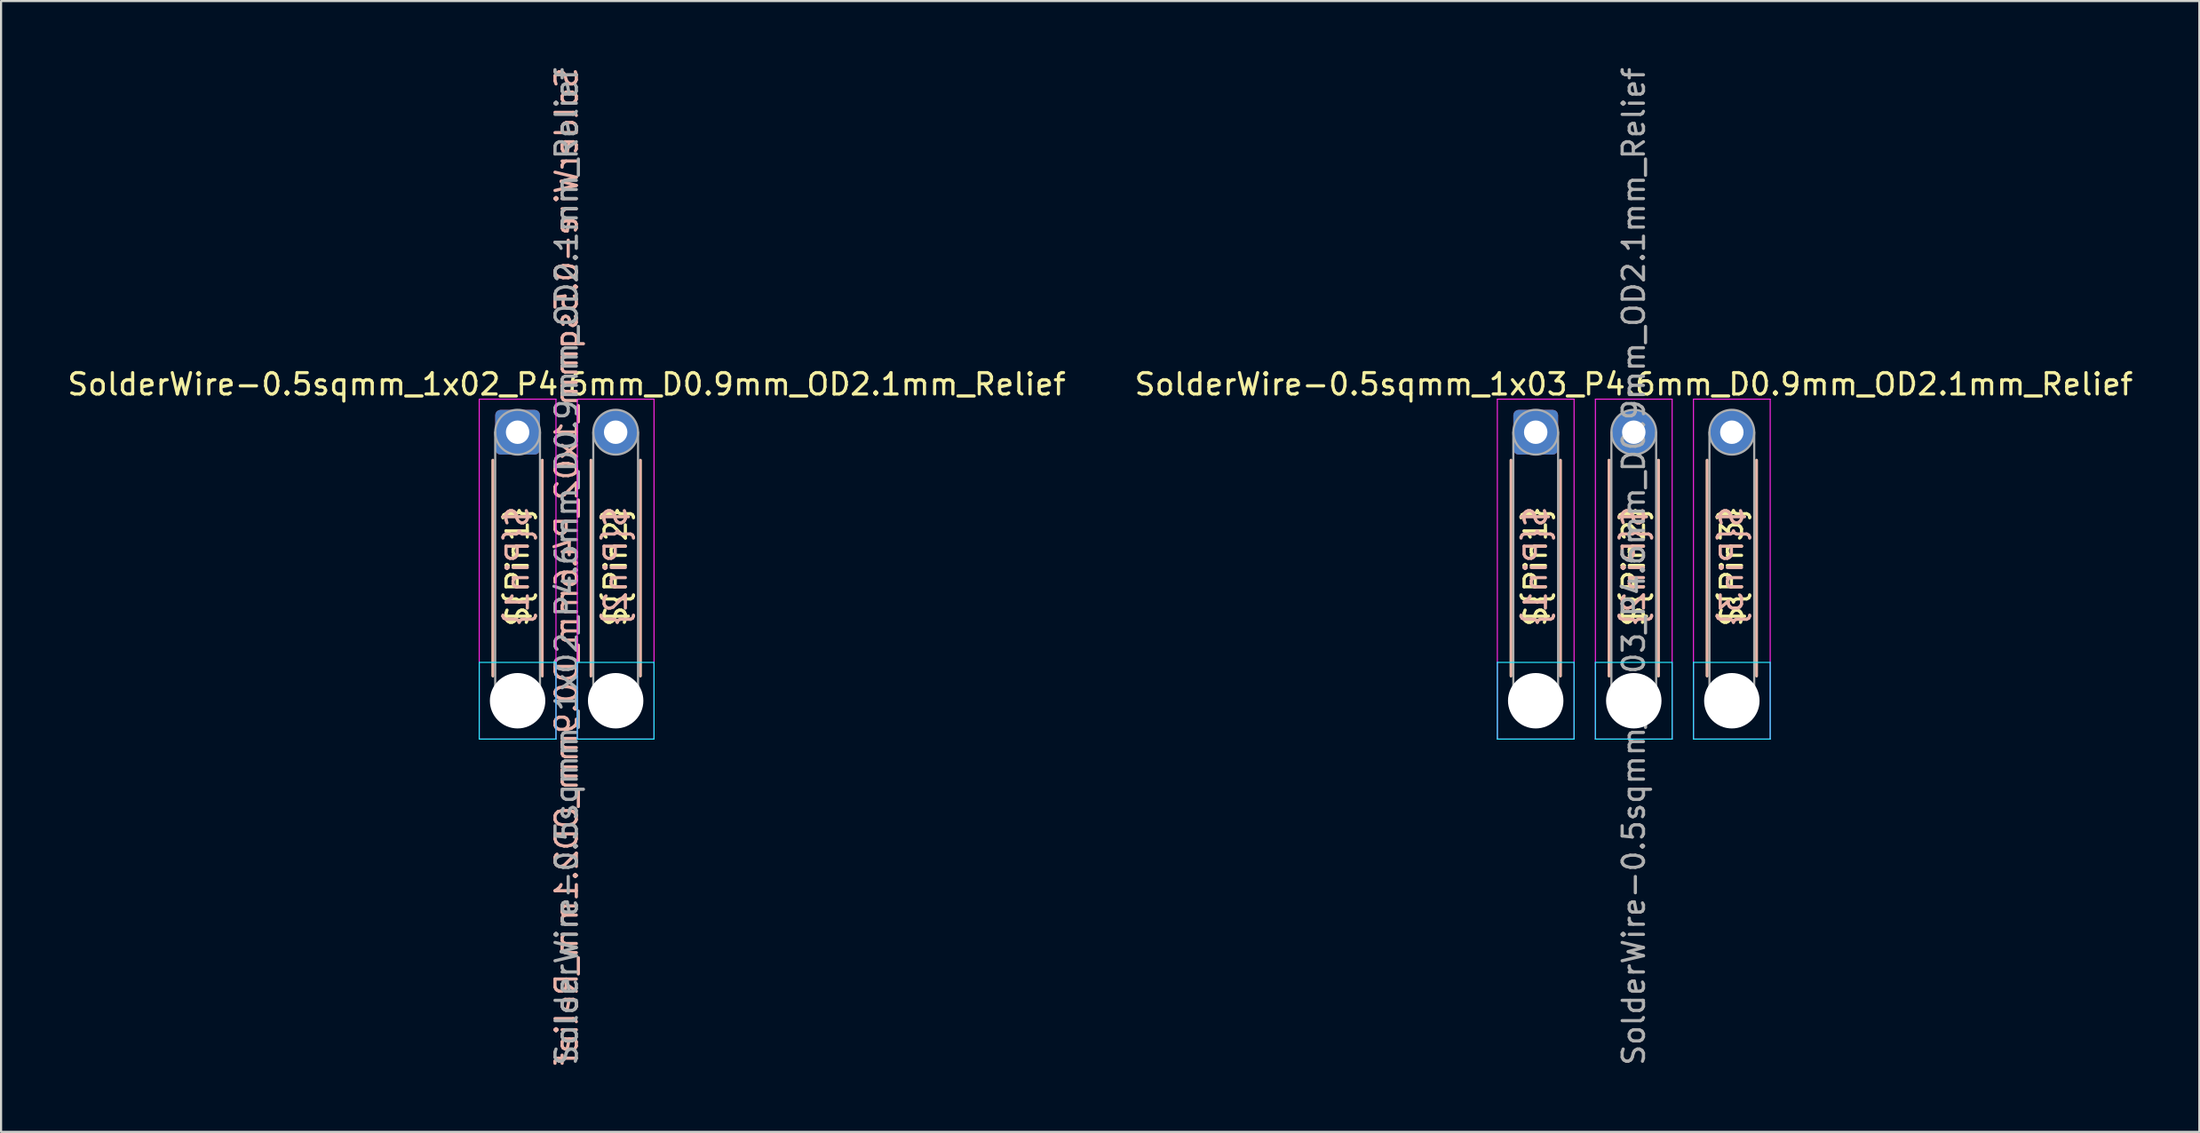
<source format=kicad_pcb>
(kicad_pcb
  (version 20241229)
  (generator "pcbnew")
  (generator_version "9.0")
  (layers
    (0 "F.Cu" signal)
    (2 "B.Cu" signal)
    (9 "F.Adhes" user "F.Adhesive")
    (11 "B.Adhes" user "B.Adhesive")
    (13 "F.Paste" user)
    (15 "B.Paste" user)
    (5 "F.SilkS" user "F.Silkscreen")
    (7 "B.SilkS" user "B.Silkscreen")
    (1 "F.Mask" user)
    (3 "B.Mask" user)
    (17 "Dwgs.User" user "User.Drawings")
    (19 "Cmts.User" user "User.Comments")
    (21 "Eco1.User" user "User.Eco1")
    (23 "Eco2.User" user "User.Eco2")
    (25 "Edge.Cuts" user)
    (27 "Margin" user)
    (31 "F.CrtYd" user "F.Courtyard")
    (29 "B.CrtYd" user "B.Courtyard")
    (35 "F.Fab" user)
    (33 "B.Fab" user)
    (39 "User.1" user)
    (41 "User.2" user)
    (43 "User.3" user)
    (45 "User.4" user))
  (footprint "SolderWire-0.5sqmm_1x03_P4.6mm_D0.9mm_OD2.1mm_Relief"
    (layer "F.Cu")
    (at 68.989 17.23)
    (property "Reference" "SolderWire-0.5sqmm_1x03_P4.6mm_D0.9mm_OD2.1mm_Relief" (at 4.6 -2.25 0) (layer "F.SilkS") (effects (font (size 1 1) (thickness 0.15))))
    (attr exclude_from_pos_files exclude_from_bom)
    (fp_line (start -1.16 1.31) (end -1.16 11.44) (stroke (width 0.12) (type solid)) (layer "F.SilkS"))
    (fp_line (start 1.16 1.31) (end 1.16 11.44) (stroke (width 0.12) (type solid)) (layer "F.SilkS"))
    (fp_line (start 3.44 1.31) (end 3.44 11.44) (stroke (width 0.12) (type solid)) (layer "F.SilkS"))
    (fp_line (start 5.76 1.31) (end 5.76 11.44) (stroke (width 0.12) (type solid)) (layer "F.SilkS"))
    (fp_line (start 8.04 1.31) (end 8.04 11.44) (stroke (width 0.12) (type solid)) (layer "F.SilkS"))
    (fp_line (start 10.36 1.31) (end 10.36 11.44) (stroke (width 0.12) (type solid)) (layer "F.SilkS"))
    (fp_line (start -1.16 1.31) (end -1.16 11.44) (stroke (width 0.12) (type solid)) (layer "B.SilkS"))
    (fp_line (start 1.16 1.31) (end 1.16 11.44) (stroke (width 0.12) (type solid)) (layer "B.SilkS"))
    (fp_line (start 3.44 1.31) (end 3.44 11.44) (stroke (width 0.12) (type solid)) (layer "B.SilkS"))
    (fp_line (start 5.76 1.31) (end 5.76 11.44) (stroke (width 0.12) (type solid)) (layer "B.SilkS"))
    (fp_line (start 8.04 1.31) (end 8.04 11.44) (stroke (width 0.12) (type solid)) (layer "B.SilkS"))
    (fp_line (start 10.36 1.31) (end 10.36 11.44) (stroke (width 0.12) (type solid)) (layer "B.SilkS"))
    (fp_line (start -1.8 10.8) (end -1.8 14.4) (stroke (width 0.05) (type solid)) (layer "B.CrtYd"))
    (fp_line (start -1.8 14.4) (end 1.8 14.4) (stroke (width 0.05) (type solid)) (layer "B.CrtYd"))
    (fp_line (start 1.8 10.8) (end -1.8 10.8) (stroke (width 0.05) (type solid)) (layer "B.CrtYd"))
    (fp_line (start 1.8 14.4) (end 1.8 10.8) (stroke (width 0.05) (type solid)) (layer "B.CrtYd"))
    (fp_line (start 2.8 10.8) (end 2.8 14.4) (stroke (width 0.05) (type solid)) (layer "B.CrtYd"))
    (fp_line (start 2.8 14.4) (end 6.4 14.4) (stroke (width 0.05) (type solid)) (layer "B.CrtYd"))
    (fp_line (start 6.4 10.8) (end 2.8 10.8) (stroke (width 0.05) (type solid)) (layer "B.CrtYd"))
    (fp_line (start 6.4 14.4) (end 6.4 10.8) (stroke (width 0.05) (type solid)) (layer "B.CrtYd"))
    (fp_line (start 7.4 10.8) (end 7.4 14.4) (stroke (width 0.05) (type solid)) (layer "B.CrtYd"))
    (fp_line (start 7.4 14.4) (end 11 14.4) (stroke (width 0.05) (type solid)) (layer "B.CrtYd"))
    (fp_line (start 11 10.8) (end 7.4 10.8) (stroke (width 0.05) (type solid)) (layer "B.CrtYd"))
    (fp_line (start 11 14.4) (end 11 10.8) (stroke (width 0.05) (type solid)) (layer "B.CrtYd"))
    (fp_line (start -1.8 -1.55) (end -1.8 14.4) (stroke (width 0.05) (type solid)) (layer "F.CrtYd"))
    (fp_line (start -1.8 14.4) (end 1.8 14.4) (stroke (width 0.05) (type solid)) (layer "F.CrtYd"))
    (fp_line (start 1.8 -1.55) (end -1.8 -1.55) (stroke (width 0.05) (type solid)) (layer "F.CrtYd"))
    (fp_line (start 1.8 14.4) (end 1.8 -1.55) (stroke (width 0.05) (type solid)) (layer "F.CrtYd"))
    (fp_line (start 2.8 -1.55) (end 2.8 14.4) (stroke (width 0.05) (type solid)) (layer "F.CrtYd"))
    (fp_line (start 2.8 14.4) (end 6.4 14.4) (stroke (width 0.05) (type solid)) (layer "F.CrtYd"))
    (fp_line (start 6.4 -1.55) (end 2.8 -1.55) (stroke (width 0.05) (type solid)) (layer "F.CrtYd"))
    (fp_line (start 6.4 14.4) (end 6.4 -1.55) (stroke (width 0.05) (type solid)) (layer "F.CrtYd"))
    (fp_line (start 7.4 -1.55) (end 7.4 14.4) (stroke (width 0.05) (type solid)) (layer "F.CrtYd"))
    (fp_line (start 7.4 14.4) (end 11 14.4) (stroke (width 0.05) (type solid)) (layer "F.CrtYd"))
    (fp_line (start 11 -1.55) (end 7.4 -1.55) (stroke (width 0.05) (type solid)) (layer "F.CrtYd"))
    (fp_line (start 11 14.4) (end 11 -1.55) (stroke (width 0.05) (type solid)) (layer "F.CrtYd"))
    (fp_line (start -1.05 0) (end -1.05 12.6) (stroke (width 0.1) (type solid)) (layer "F.Fab"))
    (fp_line (start 1.05 0) (end 1.05 12.6) (stroke (width 0.1) (type solid)) (layer "F.Fab"))
    (fp_line (start 3.55 0) (end 3.55 12.6) (stroke (width 0.1) (type solid)) (layer "F.Fab"))
    (fp_line (start 5.65 0) (end 5.65 12.6) (stroke (width 0.1) (type solid)) (layer "F.Fab"))
    (fp_line (start 8.15 0) (end 8.15 12.6) (stroke (width 0.1) (type solid)) (layer "F.Fab"))
    (fp_line (start 10.25 0) (end 10.25 12.6) (stroke (width 0.1) (type solid)) (layer "F.Fab"))
    (fp_circle (center 0 0) (end 1.05 0) (stroke (width 0.1) (type solid)) (fill no) (layer "F.Fab"))
    (fp_circle (center 0 12.6) (end 1.05 12.6) (stroke (width 0.1) (type solid)) (fill no) (layer "F.Fab"))
    (fp_circle (center 4.6 0) (end 5.65 0) (stroke (width 0.1) (type solid)) (fill no) (layer "F.Fab"))
    (fp_circle (center 4.6 12.6) (end 5.65 12.6) (stroke (width 0.1) (type solid)) (fill no) (layer "F.Fab"))
    (fp_circle (center 9.2 0) (end 10.25 0) (stroke (width 0.1) (type solid)) (fill no) (layer "F.Fab"))
    (fp_circle (center 9.2 12.6) (end 10.25 12.6) (stroke (width 0.1) (type solid)) (fill no) (layer "F.Fab"))
    (fp_text user "${Pin1}" (at 0 6.3 90) (layer "F.SilkS") (effects (font (size 1 1) (thickness 0.15))))
    (fp_text user "${Pin3}" (at 9.2 6.3 90) (layer "F.SilkS") (effects (font (size 1 1) (thickness 0.15))))
    (fp_text user "${Pin2}" (at 4.6 6.3 90) (layer "F.SilkS") (effects (font (size 1 1) (thickness 0.15))))
    (fp_text user "${Pin3}" (at 9.2 6.3 90) (layer "B.SilkS") (effects (font (size 1 1) (thickness 0.15)) (justify mirror)))
    (fp_text user "${Pin2}" (at 4.6 6.3 90) (layer "B.SilkS") (effects (font (size 1 1) (thickness 0.15)) (justify mirror)))
    (fp_text user "${Pin1}" (at 0 6.3 90) (layer "B.SilkS") (effects (font (size 1 1) (thickness 0.15)) (justify mirror)))
    (fp_text user "${REFERENCE}" (at 4.6 6.3 90) (layer "F.Fab") (effects (font (size 1 1) (thickness 0.15))))
    (pad "" np_thru_hole circle (at 0 12.6) (size 2.6 2.6) (drill 2.6) (layers "*.Cu" "*.Mask"))
    (pad "" np_thru_hole circle (at 4.6 12.6) (size 2.6 2.6) (drill 2.6) (layers "*.Cu" "*.Mask"))
    (pad "" np_thru_hole circle (at 9.2 12.6) (size 2.6 2.6) (drill 2.6) (layers "*.Cu" "*.Mask"))
    (pad "1" thru_hole roundrect (at 0 0) (size 2.1 2.1) (drill 1.1) (layers "*.Cu" "*.Mask") (roundrect_rratio 0.119))
    (pad "2" thru_hole circle (at 4.6 0) (size 2.1 2.1) (drill 1.1) (layers "*.Cu" "*.Mask"))
    (pad "3" thru_hole circle (at 9.2 0) (size 2.1 2.1) (drill 1.1) (layers "*.Cu" "*.Mask")))
  (footprint "SolderWire-0.5sqmm_1x02_P4.6mm_D0.9mm_OD2.1mm_Relief"
    (layer "F.Cu")
    (at 21.23 17.23)
    (property "Reference" "SolderWire-0.5sqmm_1x02_P4.6mm_D0.9mm_OD2.1mm_Relief" (at 2.3 -2.25 0) (layer "F.SilkS") (effects (font (size 1 1) (thickness 0.15))))
    (property "Value" "SolderWire-0.5sqmm_1x02_P4.6mm_D0.9mm_OD2.1mm_Relief" (at 2.3 6.3 90) (layer "F.SilkS") (hide yes) (effects (font (size 1 1) (thickness 0.15))))
    (attr exclude_from_pos_files exclude_from_bom)
    (fp_line (start -1.16 1.31) (end -1.16 11.44) (stroke (width 0.12) (type solid)) (layer "F.SilkS"))
    (fp_line (start 1.16 1.31) (end 1.16 11.44) (stroke (width 0.12) (type solid)) (layer "F.SilkS"))
    (fp_line (start 3.44 1.31) (end 3.44 11.44) (stroke (width 0.12) (type solid)) (layer "F.SilkS"))
    (fp_line (start 5.76 1.31) (end 5.76 11.44) (stroke (width 0.12) (type solid)) (layer "F.SilkS"))
    (fp_line (start -1.16 1.31) (end -1.16 11.44) (stroke (width 0.12) (type solid)) (layer "B.SilkS"))
    (fp_line (start 1.16 1.31) (end 1.16 11.44) (stroke (width 0.12) (type solid)) (layer "B.SilkS"))
    (fp_line (start 3.44 1.31) (end 3.44 11.44) (stroke (width 0.12) (type solid)) (layer "B.SilkS"))
    (fp_line (start 5.76 1.31) (end 5.76 11.44) (stroke (width 0.12) (type solid)) (layer "B.SilkS"))
    (fp_line (start -1.8 10.8) (end -1.8 14.4) (stroke (width 0.05) (type solid)) (layer "B.CrtYd"))
    (fp_line (start -1.8 14.4) (end 1.8 14.4) (stroke (width 0.05) (type solid)) (layer "B.CrtYd"))
    (fp_line (start 1.8 10.8) (end -1.8 10.8) (stroke (width 0.05) (type solid)) (layer "B.CrtYd"))
    (fp_line (start 1.8 14.4) (end 1.8 10.8) (stroke (width 0.05) (type solid)) (layer "B.CrtYd"))
    (fp_line (start 2.8 10.8) (end 2.8 14.4) (stroke (width 0.05) (type solid)) (layer "B.CrtYd"))
    (fp_line (start 2.8 14.4) (end 6.4 14.4) (stroke (width 0.05) (type solid)) (layer "B.CrtYd"))
    (fp_line (start 6.4 10.8) (end 2.8 10.8) (stroke (width 0.05) (type solid)) (layer "B.CrtYd"))
    (fp_line (start 6.4 14.4) (end 6.4 10.8) (stroke (width 0.05) (type solid)) (layer "B.CrtYd"))
    (fp_line (start -1.8 -1.55) (end -1.8 14.4) (stroke (width 0.05) (type solid)) (layer "F.CrtYd"))
    (fp_line (start -1.8 14.4) (end 1.8 14.4) (stroke (width 0.05) (type solid)) (layer "F.CrtYd"))
    (fp_line (start 1.8 -1.55) (end -1.8 -1.55) (stroke (width 0.05) (type solid)) (layer "F.CrtYd"))
    (fp_line (start 1.8 14.4) (end 1.8 -1.55) (stroke (width 0.05) (type solid)) (layer "F.CrtYd"))
    (fp_line (start 2.8 -1.55) (end 2.8 14.4) (stroke (width 0.05) (type solid)) (layer "F.CrtYd"))
    (fp_line (start 2.8 14.4) (end 6.4 14.4) (stroke (width 0.05) (type solid)) (layer "F.CrtYd"))
    (fp_line (start 6.4 -1.55) (end 2.8 -1.55) (stroke (width 0.05) (type solid)) (layer "F.CrtYd"))
    (fp_line (start 6.4 14.4) (end 6.4 -1.55) (stroke (width 0.05) (type solid)) (layer "F.CrtYd"))
    (fp_line (start -1.05 0) (end -1.05 12.6) (stroke (width 0.1) (type solid)) (layer "F.Fab"))
    (fp_line (start 1.05 0) (end 1.05 12.6) (stroke (width 0.1) (type solid)) (layer "F.Fab"))
    (fp_line (start 3.55 0) (end 3.55 12.6) (stroke (width 0.1) (type solid)) (layer "F.Fab"))
    (fp_line (start 5.65 0) (end 5.65 12.6) (stroke (width 0.1) (type solid)) (layer "F.Fab"))
    (fp_circle (center 0 0) (end 1.05 0) (stroke (width 0.1) (type solid)) (fill no) (layer "F.Fab"))
    (fp_circle (center 0 12.6) (end 1.05 12.6) (stroke (width 0.1) (type solid)) (fill no) (layer "F.Fab"))
    (fp_circle (center 4.6 0) (end 5.65 0) (stroke (width 0.1) (type solid)) (fill no) (layer "F.Fab"))
    (fp_circle (center 4.6 12.6) (end 5.65 12.6) (stroke (width 0.1) (type solid)) (fill no) (layer "F.Fab"))
    (fp_text user "${Pin1}" (at 0 6.3 90) (layer "F.SilkS") (effects (font (size 1 1) (thickness 0.15))))
    (fp_text user "${Pin2}" (at 4.6 6.3 90) (layer "F.SilkS") (effects (font (size 1 1) (thickness 0.15))))
    (fp_text user "${Pin1}" (at 0 6.3 90) (layer "B.SilkS") (effects (font (size 1 1) (thickness 0.15)) (justify mirror)))
    (fp_text user "${VALUE}" (at 2.3 6.3 90) (layer "B.SilkS") (effects (font (size 1 1) (thickness 0.15)) (justify mirror)))
    (fp_text user "${Pin2}" (at 4.6 6.3 90) (layer "B.SilkS") (effects (font (size 1 1) (thickness 0.15)) (justify mirror)))
    (fp_text user "${REFERENCE}" (at 2.3 6.3 90) (layer "F.Fab") (effects (font (size 1 1) (thickness 0.15))))
    (pad "" np_thru_hole circle (at 0 12.6) (size 2.6 2.6) (drill 2.6) (layers "*.Cu" "*.Mask"))
    (pad "" np_thru_hole circle (at 4.6 12.6) (size 2.6 2.6) (drill 2.6) (layers "*.Cu" "*.Mask"))
    (pad "1" thru_hole roundrect (at 0 0) (size 2.1 2.1) (drill 1.1) (layers "*.Cu" "*.Mask") (roundrect_rratio 0.119))
    (pad "2" thru_hole circle (at 4.6 0) (size 2.1 2.1) (drill 1.1) (layers "*.Cu" "*.Mask")))
  (gr_rect
    (start -3 -3)
    (end 100.119 50.06)
    (stroke (width 0.1) (type default))
    (fill no)
    (layer "Edge.Cuts")))
</source>
